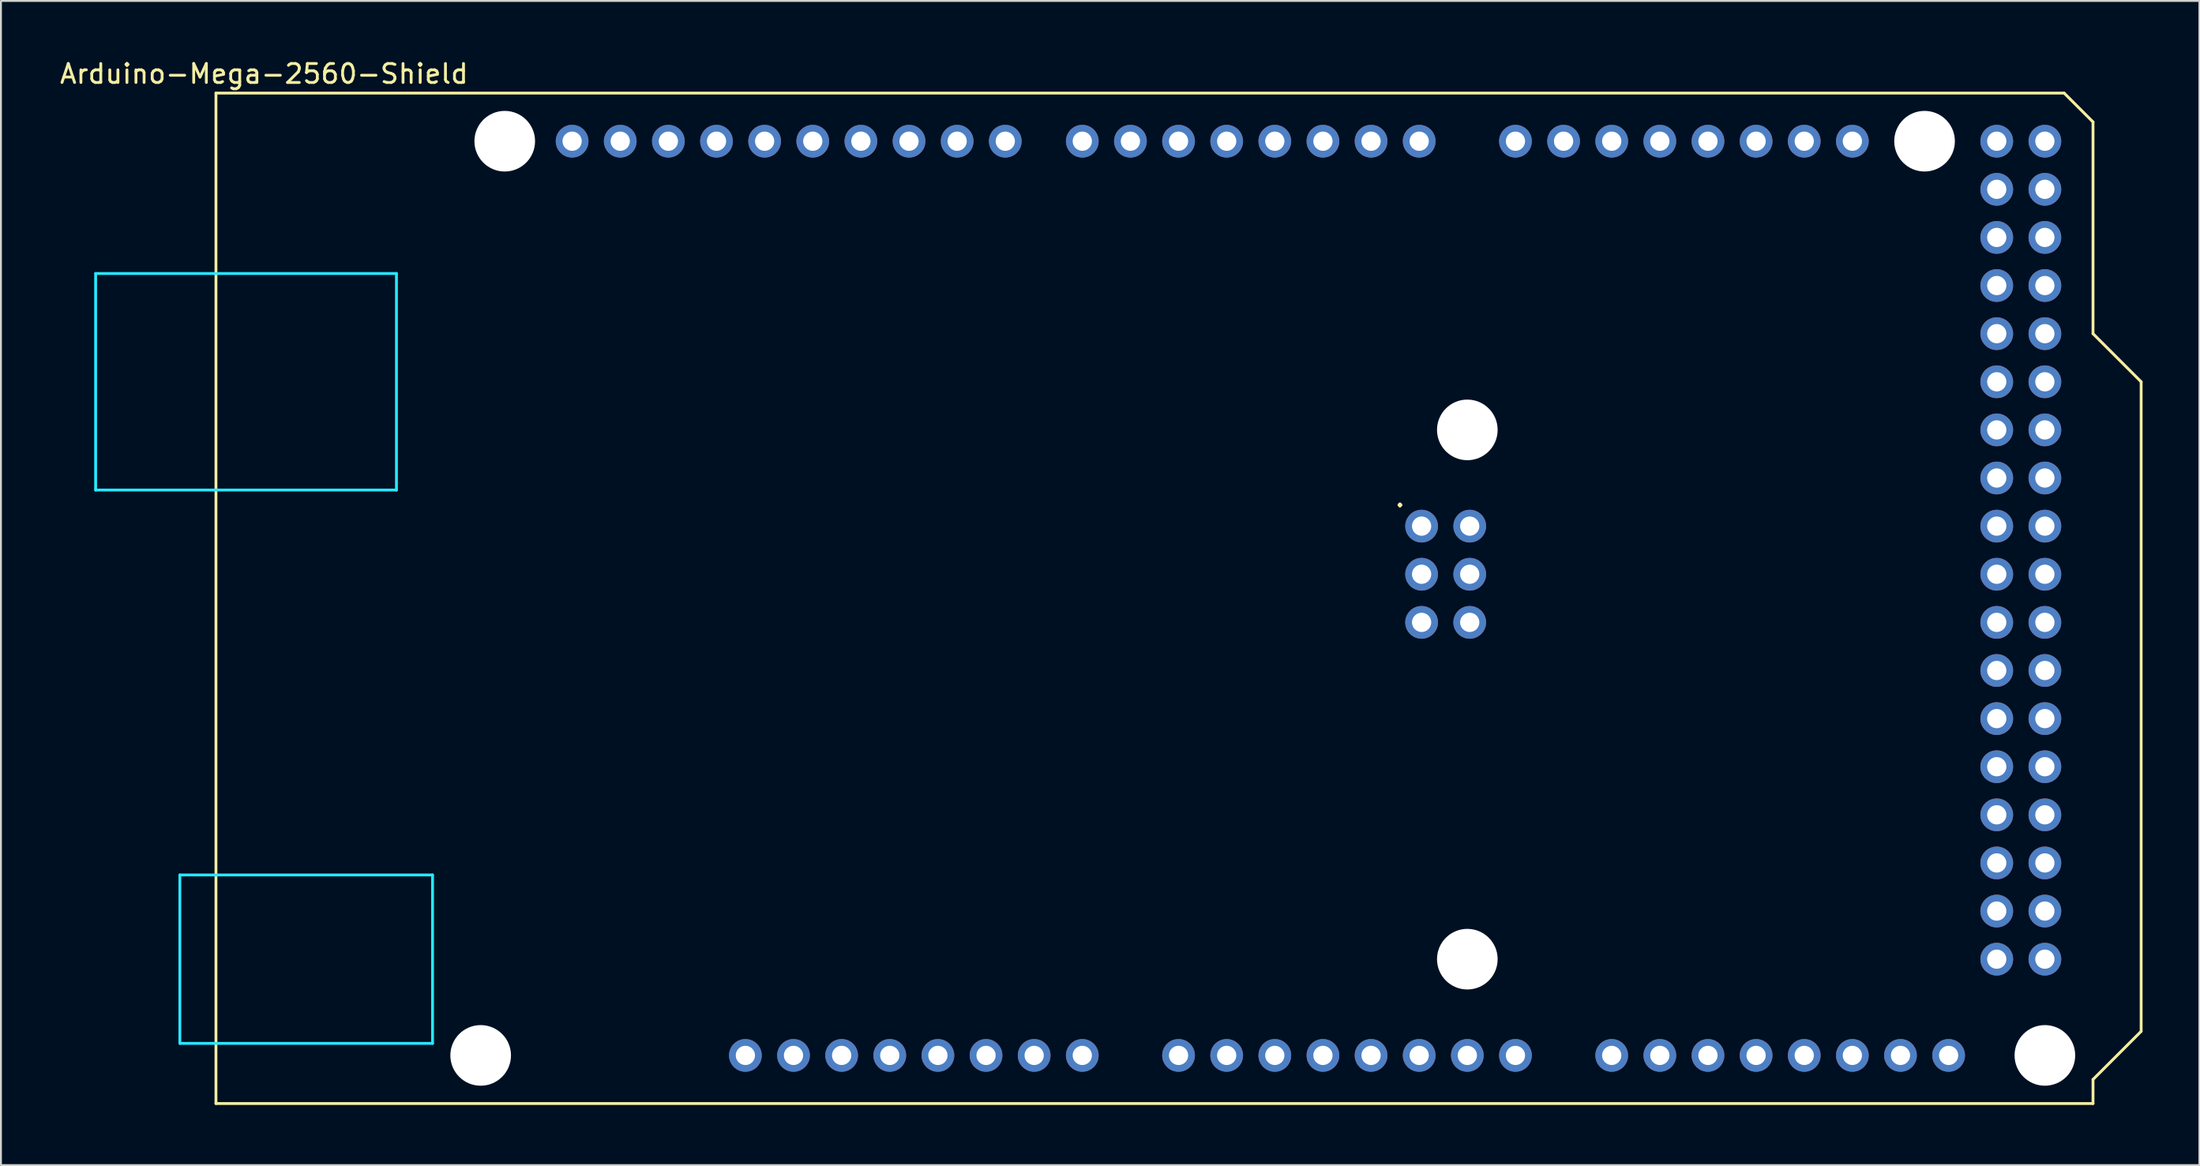
<source format=kicad_pcb>
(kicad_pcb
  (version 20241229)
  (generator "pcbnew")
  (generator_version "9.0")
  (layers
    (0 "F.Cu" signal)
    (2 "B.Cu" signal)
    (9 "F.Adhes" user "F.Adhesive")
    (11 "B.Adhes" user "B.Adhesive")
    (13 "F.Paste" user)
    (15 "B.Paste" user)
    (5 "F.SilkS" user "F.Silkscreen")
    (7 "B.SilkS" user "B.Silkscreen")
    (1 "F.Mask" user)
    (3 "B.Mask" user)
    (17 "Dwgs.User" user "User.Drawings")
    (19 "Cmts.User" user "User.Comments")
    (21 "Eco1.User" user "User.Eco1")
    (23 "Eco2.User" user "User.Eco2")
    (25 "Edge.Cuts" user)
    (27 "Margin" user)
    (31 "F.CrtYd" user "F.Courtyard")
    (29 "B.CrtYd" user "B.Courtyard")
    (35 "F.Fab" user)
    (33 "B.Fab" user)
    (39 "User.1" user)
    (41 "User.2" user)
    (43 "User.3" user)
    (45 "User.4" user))
  (footprint "Arduino-Mega-2560-Shield"
    (layer "F.Cu")
    (at 8.347 55.204)
    (property "Reference" "Arduino-Mega-2560-Shield" (at 2.54 -54.356 0) (layer "F.SilkS") (effects (font (size 1 1) (thickness 0.15))))
    (attr through_hole)
    (fp_line (start 0 -53.34) (end 0 0) (stroke (width 0.15) (type solid)) (layer "F.SilkS"))
    (fp_line (start 0 -53.34) (end 97.536 -53.34) (stroke (width 0.15) (type solid)) (layer "F.SilkS"))
    (fp_line (start 0 0) (end 99.06 0) (stroke (width 0.15) (type solid)) (layer "F.SilkS"))
    (fp_line (start 97.536 -53.34) (end 99.06 -51.816) (stroke (width 0.15) (type solid)) (layer "F.SilkS"))
    (fp_line (start 99.06 -40.64) (end 99.06 -51.816) (stroke (width 0.15) (type solid)) (layer "F.SilkS"))
    (fp_line (start 99.06 -1.27) (end 101.6 -3.81) (stroke (width 0.15) (type solid)) (layer "F.SilkS"))
    (fp_line (start 99.06 0) (end 99.06 -1.27) (stroke (width 0.15) (type solid)) (layer "F.SilkS"))
    (fp_line (start 101.6 -38.1) (end 99.06 -40.64) (stroke (width 0.15) (type solid)) (layer "F.SilkS"))
    (fp_line (start 101.6 -3.81) (end 101.6 -38.1) (stroke (width 0.15) (type solid)) (layer "F.SilkS"))
    (fp_line (start -6.35 -43.815) (end -6.35 -32.385) (stroke (width 0.15) (type solid)) (layer "B.CrtYd"))
    (fp_line (start -1.905 -12.065) (end -1.905 -3.175) (stroke (width 0.15) (type solid)) (layer "B.CrtYd"))
    (fp_line (start -1.905 -12.065) (end 11.43 -12.065) (stroke (width 0.15) (type solid)) (layer "B.CrtYd"))
    (fp_line (start -1.905 -3.175) (end 11.43 -3.175) (stroke (width 0.15) (type solid)) (layer "B.CrtYd"))
    (fp_line (start 9.525 -43.815) (end -6.35 -43.815) (stroke (width 0.15) (type solid)) (layer "B.CrtYd"))
    (fp_line (start 9.525 -43.815) (end 9.525 -32.385) (stroke (width 0.15) (type solid)) (layer "B.CrtYd"))
    (fp_line (start 9.525 -32.385) (end -6.35 -32.385) (stroke (width 0.15) (type solid)) (layer "B.CrtYd"))
    (fp_line (start 11.43 -12.065) (end 11.43 -3.175) (stroke (width 0.15) (type solid)) (layer "B.CrtYd"))
    (fp_text user "." (at 62.484 -32.004 0) (layer "F.SilkS") (effects (font (size 1 1) (thickness 0.15))))
    (pad "" np_thru_hole circle (at 13.97 -2.54) (size 3.2 3.2) (drill 3.2) (layers "*.Cu" "*.Mask"))
    (pad "" np_thru_hole circle (at 15.24 -50.8) (size 3.2 3.2) (drill 3.2) (layers "*.Cu" "*.Mask"))
    (pad "" thru_hole oval (at 27.94 -2.54) (size 1.727 1.727) (drill 1.016) (layers "*.Cu" "*.Mask"))
    (pad "" np_thru_hole circle (at 66.04 -35.56) (size 3.2 3.2) (drill 3.2) (layers "*.Cu" "*.Mask"))
    (pad "" np_thru_hole circle (at 66.04 -7.62) (size 3.2 3.2) (drill 3.2) (layers "*.Cu" "*.Mask"))
    (pad "" np_thru_hole circle (at 90.17 -50.8) (size 3.2 3.2) (drill 3.2) (layers "*.Cu" "*.Mask"))
    (pad "" np_thru_hole circle (at 96.52 -2.54) (size 3.2 3.2) (drill 3.2) (layers "*.Cu" "*.Mask"))
    (pad "3V3" thru_hole oval (at 35.56 -2.54) (size 1.727 1.727) (drill 1.016) (layers "*.Cu" "*.Mask"))
    (pad "5V1" thru_hole oval (at 38.1 -2.54) (size 1.727 1.727) (drill 1.016) (layers "*.Cu" "*.Mask"))
    (pad "5V2" thru_hole oval (at 66.167 -30.48) (size 1.727 1.727) (drill 1.016) (layers "*.Cu" "*.Mask"))
    (pad "5V3" thru_hole oval (at 93.98 -50.8) (size 1.727 1.727) (drill 1.016) (layers "*.Cu" "*.Mask"))
    (pad "5V4" thru_hole oval (at 96.52 -50.8) (size 1.727 1.727) (drill 1.016) (layers "*.Cu" "*.Mask"))
    (pad "A0" thru_hole oval (at 50.8 -2.54) (size 1.727 1.727) (drill 1.016) (layers "*.Cu" "*.Mask"))
    (pad "A1" thru_hole oval (at 53.34 -2.54) (size 1.727 1.727) (drill 1.016) (layers "*.Cu" "*.Mask"))
    (pad "A2" thru_hole oval (at 55.88 -2.54) (size 1.727 1.727) (drill 1.016) (layers "*.Cu" "*.Mask"))
    (pad "A3" thru_hole oval (at 58.42 -2.54) (size 1.727 1.727) (drill 1.016) (layers "*.Cu" "*.Mask"))
    (pad "A4" thru_hole oval (at 60.96 -2.54) (size 1.727 1.727) (drill 1.016) (layers "*.Cu" "*.Mask"))
    (pad "A5" thru_hole oval (at 63.5 -2.54) (size 1.727 1.727) (drill 1.016) (layers "*.Cu" "*.Mask"))
    (pad "A6" thru_hole oval (at 66.04 -2.54) (size 1.727 1.727) (drill 1.016) (layers "*.Cu" "*.Mask"))
    (pad "A7" thru_hole oval (at 68.58 -2.54) (size 1.727 1.727) (drill 1.016) (layers "*.Cu" "*.Mask"))
    (pad "A8" thru_hole oval (at 73.66 -2.54) (size 1.727 1.727) (drill 1.016) (layers "*.Cu" "*.Mask"))
    (pad "A9" thru_hole oval (at 76.2 -2.54) (size 1.727 1.727) (drill 1.016) (layers "*.Cu" "*.Mask"))
    (pad "A10" thru_hole oval (at 78.74 -2.54) (size 1.727 1.727) (drill 1.016) (layers "*.Cu" "*.Mask"))
    (pad "A11" thru_hole oval (at 81.28 -2.54) (size 1.727 1.727) (drill 1.016) (layers "*.Cu" "*.Mask"))
    (pad "A12" thru_hole oval (at 83.82 -2.54) (size 1.727 1.727) (drill 1.016) (layers "*.Cu" "*.Mask"))
    (pad "A13" thru_hole oval (at 86.36 -2.54) (size 1.727 1.727) (drill 1.016) (layers "*.Cu" "*.Mask"))
    (pad "A14" thru_hole oval (at 88.9 -2.54) (size 1.727 1.727) (drill 1.016) (layers "*.Cu" "*.Mask"))
    (pad "A15" thru_hole oval (at 91.44 -2.54) (size 1.727 1.727) (drill 1.016) (layers "*.Cu" "*.Mask"))
    (pad "AREF" thru_hole oval (at 23.876 -50.8) (size 1.727 1.727) (drill 1.016) (layers "*.Cu" "*.Mask"))
    (pad "D0" thru_hole oval (at 63.5 -50.8) (size 1.727 1.727) (drill 1.016) (layers "*.Cu" "*.Mask"))
    (pad "D1" thru_hole oval (at 60.96 -50.8) (size 1.727 1.727) (drill 1.016) (layers "*.Cu" "*.Mask"))
    (pad "D2" thru_hole oval (at 58.42 -50.8) (size 1.727 1.727) (drill 1.016) (layers "*.Cu" "*.Mask"))
    (pad "D3" thru_hole oval (at 55.88 -50.8) (size 1.727 1.727) (drill 1.016) (layers "*.Cu" "*.Mask"))
    (pad "D4" thru_hole oval (at 53.34 -50.8) (size 1.727 1.727) (drill 1.016) (layers "*.Cu" "*.Mask"))
    (pad "D5" thru_hole oval (at 50.8 -50.8) (size 1.727 1.727) (drill 1.016) (layers "*.Cu" "*.Mask"))
    (pad "D6" thru_hole oval (at 48.26 -50.8) (size 1.727 1.727) (drill 1.016) (layers "*.Cu" "*.Mask"))
    (pad "D7" thru_hole oval (at 45.72 -50.8) (size 1.727 1.727) (drill 1.016) (layers "*.Cu" "*.Mask"))
    (pad "D8" thru_hole oval (at 41.656 -50.8) (size 1.727 1.727) (drill 1.016) (layers "*.Cu" "*.Mask"))
    (pad "D9" thru_hole oval (at 39.116 -50.8) (size 1.727 1.727) (drill 1.016) (layers "*.Cu" "*.Mask"))
    (pad "D10" thru_hole oval (at 36.576 -50.8) (size 1.727 1.727) (drill 1.016) (layers "*.Cu" "*.Mask"))
    (pad "D11" thru_hole oval (at 34.036 -50.8) (size 1.727 1.727) (drill 1.016) (layers "*.Cu" "*.Mask"))
    (pad "D12" thru_hole oval (at 31.496 -50.8) (size 1.727 1.727) (drill 1.016) (layers "*.Cu" "*.Mask"))
    (pad "D13" thru_hole oval (at 28.956 -50.8) (size 1.727 1.727) (drill 1.016) (layers "*.Cu" "*.Mask"))
    (pad "D14" thru_hole oval (at 68.58 -50.8) (size 1.727 1.727) (drill 1.016) (layers "*.Cu" "*.Mask"))
    (pad "D15" thru_hole oval (at 71.12 -50.8) (size 1.727 1.727) (drill 1.016) (layers "*.Cu" "*.Mask"))
    (pad "D16" thru_hole oval (at 73.66 -50.8) (size 1.727 1.727) (drill 1.016) (layers "*.Cu" "*.Mask"))
    (pad "D17" thru_hole oval (at 76.2 -50.8) (size 1.727 1.727) (drill 1.016) (layers "*.Cu" "*.Mask"))
    (pad "D18" thru_hole oval (at 78.74 -50.8) (size 1.727 1.727) (drill 1.016) (layers "*.Cu" "*.Mask"))
    (pad "D19" thru_hole oval (at 81.28 -50.8) (size 1.727 1.727) (drill 1.016) (layers "*.Cu" "*.Mask"))
    (pad "D20" thru_hole oval (at 83.82 -50.8) (size 1.727 1.727) (drill 1.016) (layers "*.Cu" "*.Mask"))
    (pad "D21" thru_hole oval (at 86.36 -50.8) (size 1.727 1.727) (drill 1.016) (layers "*.Cu" "*.Mask"))
    (pad "D22" thru_hole oval (at 93.98 -48.26) (size 1.727 1.727) (drill 1.016) (layers "*.Cu" "*.Mask"))
    (pad "D23" thru_hole oval (at 96.52 -48.26) (size 1.727 1.727) (drill 1.016) (layers "*.Cu" "*.Mask"))
    (pad "D24" thru_hole oval (at 93.98 -45.72) (size 1.727 1.727) (drill 1.016) (layers "*.Cu" "*.Mask"))
    (pad "D25" thru_hole oval (at 96.52 -45.72) (size 1.727 1.727) (drill 1.016) (layers "*.Cu" "*.Mask"))
    (pad "D26" thru_hole oval (at 93.98 -43.18) (size 1.727 1.727) (drill 1.016) (layers "*.Cu" "*.Mask"))
    (pad "D27" thru_hole oval (at 96.52 -43.18) (size 1.727 1.727) (drill 1.016) (layers "*.Cu" "*.Mask"))
    (pad "D28" thru_hole oval (at 93.98 -40.64) (size 1.727 1.727) (drill 1.016) (layers "*.Cu" "*.Mask"))
    (pad "D29" thru_hole oval (at 96.52 -40.64) (size 1.727 1.727) (drill 1.016) (layers "*.Cu" "*.Mask"))
    (pad "D30" thru_hole oval (at 93.98 -38.1) (size 1.727 1.727) (drill 1.016) (layers "*.Cu" "*.Mask"))
    (pad "D31" thru_hole oval (at 96.52 -38.1) (size 1.727 1.727) (drill 1.016) (layers "*.Cu" "*.Mask"))
    (pad "D32" thru_hole oval (at 93.98 -35.56) (size 1.727 1.727) (drill 1.016) (layers "*.Cu" "*.Mask"))
    (pad "D33" thru_hole oval (at 96.52 -35.56) (size 1.727 1.727) (drill 1.016) (layers "*.Cu" "*.Mask"))
    (pad "D34" thru_hole oval (at 93.98 -33.02) (size 1.727 1.727) (drill 1.016) (layers "*.Cu" "*.Mask"))
    (pad "D35" thru_hole oval (at 96.52 -33.02) (size 1.727 1.727) (drill 1.016) (layers "*.Cu" "*.Mask"))
    (pad "D36" thru_hole oval (at 93.98 -30.48) (size 1.727 1.727) (drill 1.016) (layers "*.Cu" "*.Mask"))
    (pad "D37" thru_hole oval (at 96.52 -30.48) (size 1.727 1.727) (drill 1.016) (layers "*.Cu" "*.Mask"))
    (pad "D38" thru_hole oval (at 93.98 -27.94) (size 1.727 1.727) (drill 1.016) (layers "*.Cu" "*.Mask"))
    (pad "D39" thru_hole oval (at 96.52 -27.94) (size 1.727 1.727) (drill 1.016) (layers "*.Cu" "*.Mask"))
    (pad "D40" thru_hole oval (at 93.98 -25.4) (size 1.727 1.727) (drill 1.016) (layers "*.Cu" "*.Mask"))
    (pad "D41" thru_hole oval (at 96.52 -25.4) (size 1.727 1.727) (drill 1.016) (layers "*.Cu" "*.Mask"))
    (pad "D42" thru_hole oval (at 93.98 -22.86) (size 1.727 1.727) (drill 1.016) (layers "*.Cu" "*.Mask"))
    (pad "D43" thru_hole oval (at 96.52 -22.86) (size 1.727 1.727) (drill 1.016) (layers "*.Cu" "*.Mask"))
    (pad "D44" thru_hole oval (at 93.98 -20.32) (size 1.727 1.727) (drill 1.016) (layers "*.Cu" "*.Mask"))
    (pad "D45" thru_hole oval (at 96.52 -20.32) (size 1.727 1.727) (drill 1.016) (layers "*.Cu" "*.Mask"))
    (pad "D46" thru_hole oval (at 93.98 -17.78) (size 1.727 1.727) (drill 1.016) (layers "*.Cu" "*.Mask"))
    (pad "D47" thru_hole oval (at 96.52 -17.78) (size 1.727 1.727) (drill 1.016) (layers "*.Cu" "*.Mask"))
    (pad "D48" thru_hole oval (at 93.98 -15.24) (size 1.727 1.727) (drill 1.016) (layers "*.Cu" "*.Mask"))
    (pad "D49" thru_hole oval (at 96.52 -15.24) (size 1.727 1.727) (drill 1.016) (layers "*.Cu" "*.Mask"))
    (pad "D50" thru_hole oval (at 93.98 -12.7) (size 1.727 1.727) (drill 1.016) (layers "*.Cu" "*.Mask"))
    (pad "D51" thru_hole oval (at 96.52 -12.7) (size 1.727 1.727) (drill 1.016) (layers "*.Cu" "*.Mask"))
    (pad "D52" thru_hole oval (at 93.98 -10.16) (size 1.727 1.727) (drill 1.016) (layers "*.Cu" "*.Mask"))
    (pad "D53" thru_hole oval (at 96.52 -10.16) (size 1.727 1.727) (drill 1.016) (layers "*.Cu" "*.Mask"))
    (pad "GND1" thru_hole oval (at 26.416 -50.8) (size 1.727 1.727) (drill 1.016) (layers "*.Cu" "*.Mask"))
    (pad "GND2" thru_hole oval (at 40.64 -2.54) (size 1.727 1.727) (drill 1.016) (layers "*.Cu" "*.Mask"))
    (pad "GND3" thru_hole oval (at 43.18 -2.54) (size 1.727 1.727) (drill 1.016) (layers "*.Cu" "*.Mask"))
    (pad "GND4" thru_hole oval (at 66.167 -25.4) (size 1.727 1.727) (drill 1.016) (layers "*.Cu" "*.Mask"))
    (pad "GND5" thru_hole oval (at 93.98 -7.62) (size 1.727 1.727) (drill 1.016) (layers "*.Cu" "*.Mask"))
    (pad "GND6" thru_hole oval (at 96.52 -7.62) (size 1.727 1.727) (drill 1.016) (layers "*.Cu" "*.Mask"))
    (pad "IORF" thru_hole oval (at 30.48 -2.54) (size 1.727 1.727) (drill 1.016) (layers "*.Cu" "*.Mask"))
    (pad "MISO" thru_hole oval (at 63.627 -30.48) (size 1.727 1.727) (drill 1.016) (layers "*.Cu" "*.Mask"))
    (pad "MOSI" thru_hole oval (at 66.167 -27.94) (size 1.727 1.727) (drill 1.016) (layers "*.Cu" "*.Mask"))
    (pad "RST1" thru_hole oval (at 33.02 -2.54) (size 1.727 1.727) (drill 1.016) (layers "*.Cu" "*.Mask"))
    (pad "RST2" thru_hole oval (at 63.627 -25.4) (size 1.727 1.727) (drill 1.016) (layers "*.Cu" "*.Mask"))
    (pad "SCK" thru_hole oval (at 63.627 -27.94) (size 1.727 1.727) (drill 1.016) (layers "*.Cu" "*.Mask"))
    (pad "SCL" thru_hole oval (at 18.796 -50.8) (size 1.727 1.727) (drill 1.016) (layers "*.Cu" "*.Mask"))
    (pad "SDA" thru_hole oval (at 21.336 -50.8) (size 1.727 1.727) (drill 1.016) (layers "*.Cu" "*.Mask"))
    (pad "VIN" thru_hole oval (at 45.72 -2.54) (size 1.727 1.727) (drill 1.016) (layers "*.Cu" "*.Mask")))
  (gr_rect
    (start -3 -3)
    (end 113.022 58.454)
    (stroke (width 0.1) (type default))
    (fill no)
    (layer "Edge.Cuts")))
</source>
